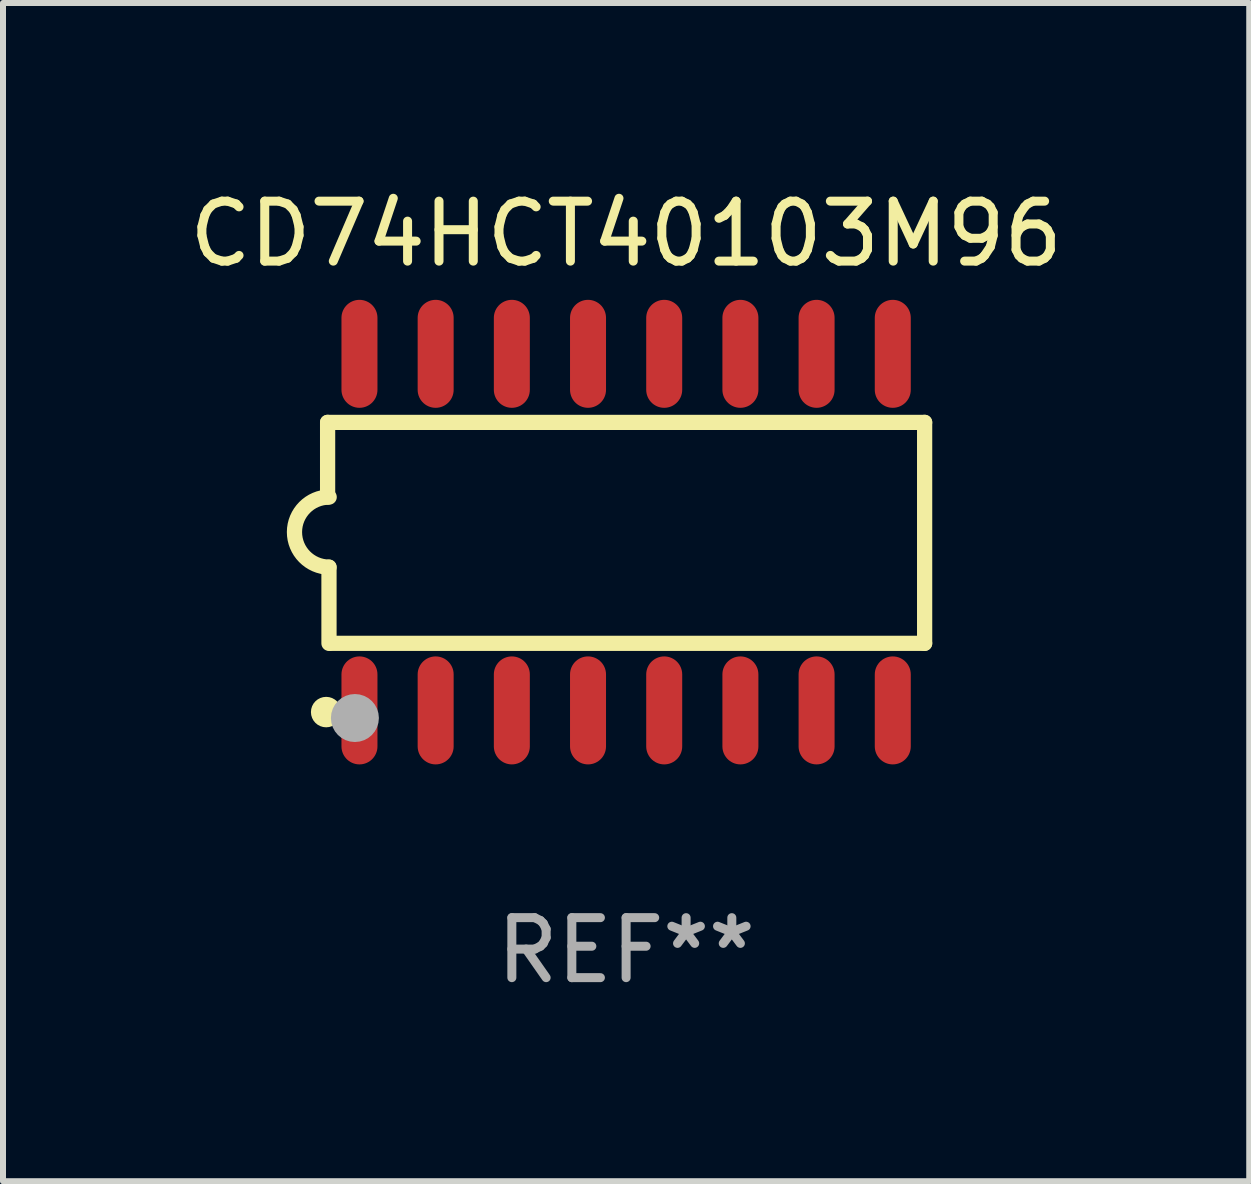
<source format=kicad_pcb>
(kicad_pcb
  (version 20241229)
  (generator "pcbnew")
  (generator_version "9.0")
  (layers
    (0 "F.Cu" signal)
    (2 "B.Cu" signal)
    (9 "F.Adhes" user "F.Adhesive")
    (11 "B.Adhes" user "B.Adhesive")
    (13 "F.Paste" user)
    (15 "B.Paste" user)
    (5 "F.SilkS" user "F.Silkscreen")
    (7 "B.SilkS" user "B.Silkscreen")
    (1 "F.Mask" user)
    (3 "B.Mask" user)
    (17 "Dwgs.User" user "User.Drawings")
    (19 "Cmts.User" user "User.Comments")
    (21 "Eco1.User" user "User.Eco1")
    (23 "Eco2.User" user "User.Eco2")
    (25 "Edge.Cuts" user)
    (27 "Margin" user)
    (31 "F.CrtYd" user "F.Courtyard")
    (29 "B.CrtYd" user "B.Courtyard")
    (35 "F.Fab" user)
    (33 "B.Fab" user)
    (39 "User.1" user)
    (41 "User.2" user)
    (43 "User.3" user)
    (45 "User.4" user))
  (footprint "CD74HCT40103M96"
    (layer "F.Cu")
    (at 7.387 5.82)
    (property "Reference" "CD74HCT40103M96" (at 0 -4.972 0) (layer "F.SilkS") (effects (font (size 1 1) (thickness 0.15))))
    (attr through_hole)
    (fp_line (start -4.976 -1.829) (end -4.976 -0.584) (stroke (width 0.254) (type solid)) (layer "F.SilkS"))
    (fp_line (start -4.953 0.584) (end -4.953 1.854) (stroke (width 0.254) (type solid)) (layer "F.SilkS"))
    (fp_line (start -4.928 1.854) (end 4.976 1.854) (stroke (width 0.254) (type solid)) (layer "F.SilkS"))
    (fp_line (start 4.976 -1.829) (end -4.976 -1.829) (stroke (width 0.254) (type solid)) (layer "F.SilkS"))
    (fp_line (start 4.976 1.854) (end 4.976 -1.829) (stroke (width 0.254) (type solid)) (layer "F.SilkS"))
    (fp_arc (start -4.95301 0.584201) (mid -5.533866 -0.00152) (end -4.950088 -0.584329) (stroke (width 0.254001) (type solid)) (layer "F.SilkS"))
    (fp_circle (center -5 3) (end -4.873 3) (stroke (width 0.254) (type solid)) (fill no) (layer "F.SilkS"))
    (fp_circle (center -4.521 3.099) (end -4.321 3.099) (stroke (width 0.4) (type solid)) (fill no) (layer "F.Fab"))
    (fp_text user "REF**" (at 0 6.972 0) (layer "F.Fab") (effects (font (size 1 1) (thickness 0.15))))
    (pad "1" smd oval (at -4.445 2.972 180) (size 0.6 1.8) (layers "F.Cu" "F.Mask" "F.Paste"))
    (pad "2" smd oval (at -3.175 2.972 180) (size 0.6 1.8) (layers "F.Cu" "F.Mask" "F.Paste"))
    (pad "3" smd oval (at -1.905 2.972 180) (size 0.6 1.8) (layers "F.Cu" "F.Mask" "F.Paste"))
    (pad "4" smd oval (at -0.635 2.972 180) (size 0.6 1.8) (layers "F.Cu" "F.Mask" "F.Paste"))
    (pad "5" smd oval (at 0.635 2.972 180) (size 0.6 1.8) (layers "F.Cu" "F.Mask" "F.Paste"))
    (pad "6" smd oval (at 1.905 2.972 180) (size 0.6 1.8) (layers "F.Cu" "F.Mask" "F.Paste"))
    (pad "7" smd oval (at 3.175 2.972 180) (size 0.6 1.8) (layers "F.Cu" "F.Mask" "F.Paste"))
    (pad "8" smd oval (at 4.445 2.972 180) (size 0.6 1.8) (layers "F.Cu" "F.Mask" "F.Paste"))
    (pad "9" smd oval (at 4.445 -2.972 180) (size 0.6 1.8) (layers "F.Cu" "F.Mask" "F.Paste"))
    (pad "10" smd oval (at 3.175 -2.972 180) (size 0.6 1.8) (layers "F.Cu" "F.Mask" "F.Paste"))
    (pad "11" smd oval (at 1.905 -2.972 180) (size 0.6 1.8) (layers "F.Cu" "F.Mask" "F.Paste"))
    (pad "12" smd oval (at 0.635 -2.972 180) (size 0.6 1.8) (layers "F.Cu" "F.Mask" "F.Paste"))
    (pad "13" smd oval (at -0.635 -2.972 180) (size 0.6 1.8) (layers "F.Cu" "F.Mask" "F.Paste"))
    (pad "14" smd oval (at -1.905 -2.972 180) (size 0.6 1.8) (layers "F.Cu" "F.Mask" "F.Paste"))
    (pad "15" smd oval (at -3.175 -2.972 180) (size 0.6 1.8) (layers "F.Cu" "F.Mask" "F.Paste"))
    (pad "16" smd oval (at -4.445 -2.972 180) (size 0.6 1.8) (layers "F.Cu" "F.Mask" "F.Paste")))
  (gr_rect
    (start -3 -3)
    (end 17.774 16.64)
    (stroke (width 0.1) (type default))
    (fill no)
    (layer "Edge.Cuts")))
</source>
